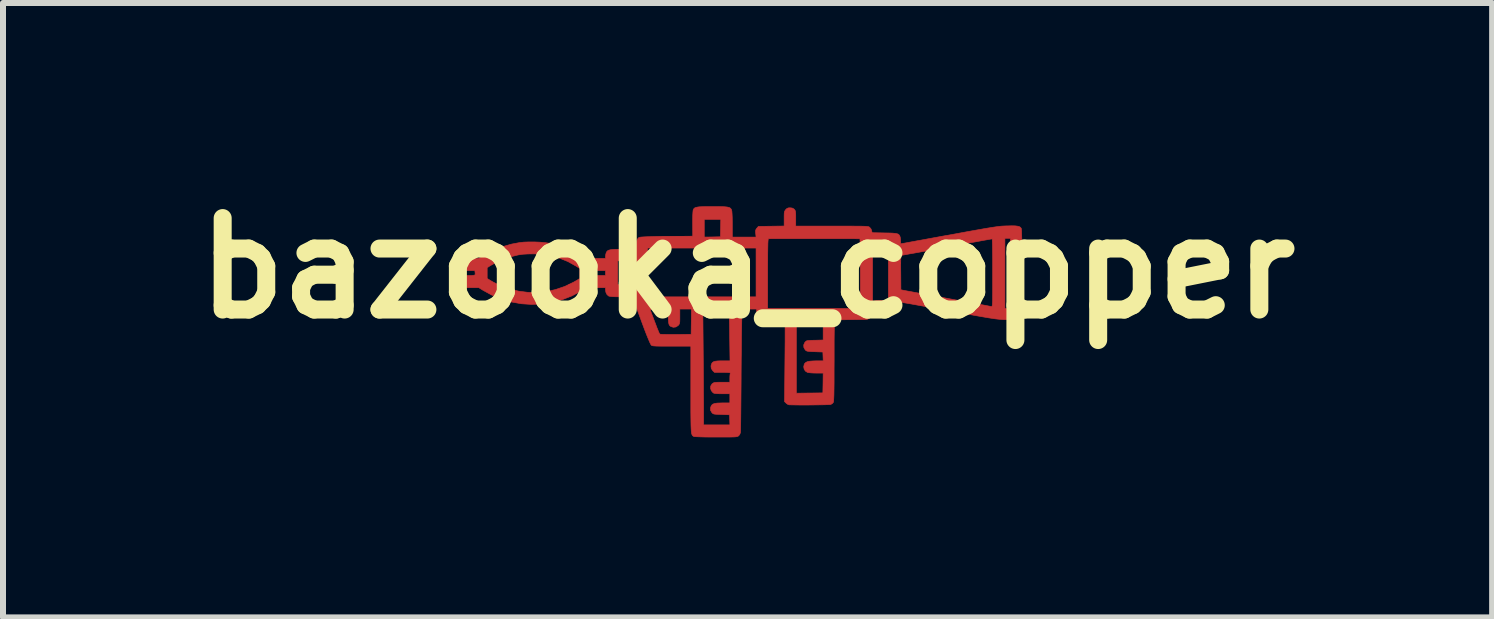
<source format=kicad_pcb>
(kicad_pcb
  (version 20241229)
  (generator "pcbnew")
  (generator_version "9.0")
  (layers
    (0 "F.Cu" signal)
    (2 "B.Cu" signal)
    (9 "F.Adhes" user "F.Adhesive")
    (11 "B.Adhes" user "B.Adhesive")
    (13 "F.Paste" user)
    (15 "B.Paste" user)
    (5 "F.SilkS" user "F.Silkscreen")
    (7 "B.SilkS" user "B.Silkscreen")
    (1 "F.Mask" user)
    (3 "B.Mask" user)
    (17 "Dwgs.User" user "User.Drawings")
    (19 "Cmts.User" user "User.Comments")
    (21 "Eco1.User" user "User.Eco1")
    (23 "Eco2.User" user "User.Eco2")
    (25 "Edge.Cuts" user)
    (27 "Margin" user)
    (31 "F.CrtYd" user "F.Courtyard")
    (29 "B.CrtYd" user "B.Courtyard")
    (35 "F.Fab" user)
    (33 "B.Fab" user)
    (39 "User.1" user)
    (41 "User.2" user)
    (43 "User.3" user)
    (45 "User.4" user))
  (footprint "bazooka_copper"
    (layer "F.Cu")
    (at 9.405 1.418)
    (property "Reference" "bazooka_copper" (at 0 0 0) (layer "F.SilkS") (effects (font (size 1.524 1.524) (thickness 0.3))))
    (attr through_hole)
    (fp_poly (pts (xy -0.499 -1.026) (xy -0.431 -1.025) (xy -0.38 -1.023) (xy -0.341 -1.019) (xy -0.313 -1.013) (xy -0.294 -1.005) (xy -0.28 -0.994) (xy -0.271 -0.98) (xy -0.266 -0.971) (xy -0.261 -0.949) (xy -0.258 -0.908) (xy -0.255 -0.848) (xy -0.254 -0.768) (xy -0.254 -0.731) (xy -0.254 -0.518) (xy -0.056 -0.518) (xy 0.142 -0.518) (xy 0.136 -0.577) (xy 0.133 -0.612) (xy 0.136 -0.635) (xy 0.145 -0.653) (xy 0.155 -0.666) (xy 0.181 -0.696) (xy 0.395 -0.699) (xy 0.61 -0.702) (xy 0.61 -0.823) (xy 0.61 -0.874) (xy 0.611 -0.91) (xy 0.614 -0.934) (xy 0.62 -0.951) (xy 0.628 -0.965) (xy 0.636 -0.975) (xy 0.657 -0.995) (xy 0.68 -1.004) (xy 0.707 -1.006) (xy 0.743 -1.002) (xy 0.769 -0.989) (xy 0.778 -0.981) (xy 0.788 -0.969) (xy 0.795 -0.957) (xy 0.799 -0.94) (xy 0.802 -0.913) (xy 0.803 -0.874) (xy 0.803 -0.829) (xy 0.803 -0.701) (xy 1.406 -0.701) (xy 1.532 -0.701) (xy 1.639 -0.701) (xy 1.729 -0.701) (xy 1.803 -0.7) (xy 1.863 -0.7) (xy 1.911 -0.699) (xy 1.949 -0.698) (xy 1.977 -0.696) (xy 1.997 -0.694) (xy 2.012 -0.692) (xy 2.022 -0.689) (xy 2.029 -0.685) (xy 2.035 -0.681) (xy 2.035 -0.68) (xy 2.057 -0.654) (xy 2.068 -0.625) (xy 2.075 -0.591) (xy 2.279 -0.587) (xy 2.355 -0.586) (xy 2.413 -0.584) (xy 2.456 -0.58) (xy 2.487 -0.575) (xy 2.509 -0.568) (xy 2.523 -0.557) (xy 2.533 -0.543) (xy 2.539 -0.531) (xy 2.546 -0.506) (xy 2.55 -0.472) (xy 2.55 -0.457) (xy 2.551 -0.428) (xy 2.552 -0.41) (xy 2.554 -0.406) (xy 2.564 -0.408) (xy 2.592 -0.413) (xy 2.637 -0.421) (xy 2.696 -0.432) (xy 2.767 -0.445) (xy 2.848 -0.46) (xy 2.939 -0.476) (xy 3.035 -0.494) (xy 3.054 -0.497) (xy 3.058 -0.498) (xy 4.288 -0.498) (xy 4.288 0.671) (xy 4.366 0.671) (xy 4.372 0.608) (xy 4.374 0.586) (xy 4.375 0.545) (xy 4.376 0.489) (xy 4.377 0.419) (xy 4.378 0.337) (xy 4.378 0.247) (xy 4.379 0.149) (xy 4.379 0.046) (xy 4.379 0.024) (xy 4.379 -0.498) (xy 4.288 -0.498) (xy 3.058 -0.498) (xy 3.226 -0.529) (xy 3.38 -0.556) (xy 3.516 -0.581) (xy 3.635 -0.603) (xy 3.74 -0.622) (xy 3.831 -0.638) (xy 3.91 -0.652) (xy 3.978 -0.664) (xy 4.035 -0.673) (xy 4.084 -0.681) (xy 4.125 -0.687) (xy 4.161 -0.692) (xy 4.191 -0.696) (xy 4.218 -0.699) (xy 4.242 -0.701) (xy 4.265 -0.702) (xy 4.289 -0.703) (xy 4.313 -0.704) (xy 4.328 -0.704) (xy 4.401 -0.706) (xy 4.457 -0.705) (xy 4.498 -0.7) (xy 4.527 -0.693) (xy 4.546 -0.681) (xy 4.56 -0.664) (xy 4.561 -0.662) (xy 4.563 -0.649) (xy 4.566 -0.619) (xy 4.567 -0.571) (xy 4.569 -0.505) (xy 4.57 -0.422) (xy 4.571 -0.319) (xy 4.572 -0.198) (xy 4.572 -0.056) (xy 4.572 0.081) (xy 4.572 0.804) (xy 4.547 0.829) (xy 4.514 0.85) (xy 4.484 0.854) (xy 4.433 0.856) (xy 4.388 0.857) (xy 4.349 0.858) (xy 4.313 0.858) (xy 4.278 0.858) (xy 4.244 0.856) (xy 4.207 0.853) (xy 4.168 0.849) (xy 4.123 0.844) (xy 4.072 0.836) (xy 4.012 0.827) (xy 3.942 0.815) (xy 3.861 0.801) (xy 3.766 0.784) (xy 3.656 0.764) (xy 3.529 0.741) (xy 3.386 0.715) (xy 3.26 0.692) (xy 3.14 0.67) (xy 3.027 0.65) (xy 2.923 0.632) (xy 2.829 0.615) (xy 2.746 0.6) (xy 2.677 0.588) (xy 2.622 0.579) (xy 2.584 0.572) (xy 2.563 0.569) (xy 2.56 0.569) (xy 2.549 0.571) (xy 2.543 0.581) (xy 2.54 0.603) (xy 2.54 0.629) (xy 2.539 0.664) (xy 2.534 0.686) (xy 2.523 0.703) (xy 2.509 0.715) (xy 2.477 0.742) (xy 2.062 0.742) (xy 2.062 0.773) (xy 2.053 0.807) (xy 2.029 0.836) (xy 1.995 0.852) (xy 1.979 0.855) (xy 1.96 0.855) (xy 1.923 0.856) (xy 1.873 0.856) (xy 1.812 0.857) (xy 1.745 0.858) (xy 1.707 0.858) (xy 1.639 0.859) (xy 1.577 0.86) (xy 1.525 0.861) (xy 1.485 0.861) (xy 1.461 0.862) (xy 1.455 0.862) (xy 1.453 0.866) (xy 1.451 0.879) (xy 1.449 0.902) (xy 1.447 0.936) (xy 1.446 0.981) (xy 1.445 1.041) (xy 1.444 1.115) (xy 1.443 1.205) (xy 1.443 1.311) (xy 1.443 1.436) (xy 1.443 1.537) (xy 1.442 1.678) (xy 1.442 1.799) (xy 1.442 1.903) (xy 1.441 1.991) (xy 1.44 2.063) (xy 1.439 2.12) (xy 1.437 2.165) (xy 1.435 2.198) (xy 1.433 2.22) (xy 1.431 2.233) (xy 1.43 2.235) (xy 1.411 2.257) (xy 1.386 2.271) (xy 1.37 2.273) (xy 1.337 2.274) (xy 1.289 2.276) (xy 1.23 2.277) (xy 1.163 2.278) (xy 1.09 2.279) (xy 1.014 2.28) (xy 0.938 2.28) (xy 0.866 2.28) (xy 0.8 2.279) (xy 0.743 2.278) (xy 0.698 2.277) (xy 0.693 2.277) (xy 0.67 2.269) (xy 0.646 2.252) (xy 0.643 2.249) (xy 0.616 2.223) (xy 0.618 2.083) (xy 0.813 2.083) (xy 1.255 2.078) (xy 1.258 1.913) (xy 1.26 1.748) (xy 1.145 1.748) (xy 1.095 1.747) (xy 1.049 1.744) (xy 1.014 1.74) (xy 0.997 1.736) (xy 0.964 1.715) (xy 0.943 1.682) (xy 0.936 1.643) (xy 0.944 1.604) (xy 0.951 1.59) (xy 0.969 1.572) (xy 0.996 1.558) (xy 1.036 1.55) (xy 1.09 1.546) (xy 1.151 1.544) (xy 1.261 1.544) (xy 1.255 1.397) (xy 1.119 1.392) (xy 1.064 1.39) (xy 1.026 1.387) (xy 1 1.384) (xy 0.984 1.379) (xy 0.972 1.372) (xy 0.962 1.361) (xy 0.959 1.358) (xy 0.938 1.32) (xy 0.936 1.279) (xy 0.953 1.24) (xy 0.959 1.232) (xy 0.97 1.221) (xy 0.98 1.213) (xy 0.995 1.208) (xy 1.018 1.205) (xy 1.052 1.203) (xy 1.102 1.201) (xy 1.122 1.201) (xy 1.26 1.197) (xy 1.26 0.858) (xy 0.813 0.858) (xy 0.813 2.083) (xy 0.618 2.083) (xy 0.623 1.543) (xy 0.624 1.428) (xy 0.625 1.318) (xy 0.626 1.217) (xy 0.626 1.125) (xy 0.626 1.044) (xy 0.626 0.976) (xy 0.625 0.922) (xy 0.624 0.885) (xy 0.623 0.865) (xy 0.622 0.862) (xy 0.61 0.862) (xy 0.581 0.861) (xy 0.538 0.861) (xy 0.484 0.86) (xy 0.423 0.859) (xy 0.412 0.859) (xy 0.21 0.857) (xy 0.181 0.824) (xy 0.164 0.801) (xy 0.155 0.776) (xy 0.152 0.742) (xy 0.152 0.736) (xy 0.152 0.681) (xy -0.088 0.681) (xy -0.095 0.831) (xy -0.096 0.864) (xy -0.097 0.916) (xy -0.098 0.984) (xy -0.1 1.068) (xy -0.101 1.164) (xy -0.102 1.271) (xy -0.103 1.388) (xy -0.105 1.512) (xy -0.106 1.642) (xy -0.107 1.776) (xy -0.107 1.844) (xy -0.108 1.975) (xy -0.109 2.102) (xy -0.11 2.221) (xy -0.111 2.332) (xy -0.112 2.432) (xy -0.113 2.522) (xy -0.114 2.598) (xy -0.115 2.659) (xy -0.116 2.705) (xy -0.117 2.732) (xy -0.118 2.74) (xy -0.131 2.772) (xy -0.149 2.794) (xy -0.157 2.799) (xy -0.166 2.804) (xy -0.179 2.807) (xy -0.197 2.81) (xy -0.224 2.812) (xy -0.26 2.813) (xy -0.308 2.814) (xy -0.371 2.814) (xy -0.45 2.814) (xy -0.527 2.814) (xy -0.628 2.814) (xy -0.715 2.813) (xy -0.786 2.811) (xy -0.841 2.809) (xy -0.878 2.807) (xy -0.896 2.804) (xy -0.897 2.803) (xy -0.906 2.798) (xy -0.914 2.792) (xy -0.92 2.784) (xy -0.926 2.773) (xy -0.931 2.757) (xy -0.935 2.735) (xy -0.938 2.706) (xy -0.94 2.667) (xy -0.942 2.619) (xy -0.943 2.558) (xy -0.944 2.485) (xy -0.945 2.396) (xy -0.945 2.292) (xy -0.945 2.17) (xy -0.945 2.03) (xy -0.945 2.017) (xy -0.945 1.3) (xy -1.264 1.3) (xy -1.354 1.3) (xy -1.425 1.3) (xy -1.481 1.299) (xy -1.523 1.298) (xy -1.554 1.296) (xy -1.575 1.294) (xy -1.589 1.291) (xy -1.599 1.286) (xy -1.604 1.283) (xy -1.614 1.267) (xy -1.63 1.234) (xy -1.652 1.182) (xy -1.68 1.114) (xy -1.713 1.029) (xy -1.747 0.938) (xy -1.78 0.849) (xy -1.807 0.776) (xy -1.828 0.718) (xy -1.837 0.69) (xy -1.622 0.69) (xy -1.621 0.697) (xy -1.621 0.699) (xy -1.615 0.714) (xy -1.603 0.745) (xy -1.587 0.787) (xy -1.568 0.836) (xy -1.56 0.859) (xy -1.532 0.931) (xy -1.511 0.988) (xy -1.494 1.029) (xy -1.482 1.059) (xy -1.473 1.079) (xy -1.467 1.091) (xy -1.462 1.097) (xy -1.459 1.099) (xy -1.446 1.101) (xy -1.416 1.103) (xy -1.371 1.104) (xy -1.314 1.105) (xy -1.249 1.105) (xy -1.194 1.105) (xy -0.94 1.102) (xy -0.934 0.681) (xy -0.745 0.681) (xy -0.738 1.46) (xy -0.737 1.59) (xy -0.736 1.718) (xy -0.735 1.842) (xy -0.734 1.96) (xy -0.734 2.071) (xy -0.733 2.171) (xy -0.732 2.259) (xy -0.732 2.332) (xy -0.732 2.39) (xy -0.732 2.426) (xy -0.732 2.611) (xy -0.294 2.611) (xy -0.297 2.527) (xy -0.3 2.443) (xy -0.435 2.438) (xy -0.49 2.436) (xy -0.528 2.434) (xy -0.554 2.431) (xy -0.571 2.426) (xy -0.583 2.418) (xy -0.593 2.408) (xy -0.595 2.405) (xy -0.616 2.369) (xy -0.617 2.329) (xy -0.608 2.301) (xy -0.594 2.279) (xy -0.575 2.264) (xy -0.546 2.254) (xy -0.505 2.248) (xy -0.448 2.246) (xy -0.417 2.245) (xy -0.295 2.245) (xy -0.295 2.093) (xy -0.424 2.093) (xy -0.48 2.092) (xy -0.52 2.09) (xy -0.547 2.087) (xy -0.564 2.082) (xy -0.575 2.075) (xy -0.604 2.041) (xy -0.616 2.002) (xy -0.613 1.963) (xy -0.592 1.929) (xy -0.582 1.921) (xy -0.569 1.912) (xy -0.554 1.906) (xy -0.531 1.903) (xy -0.498 1.901) (xy -0.45 1.9) (xy -0.425 1.9) (xy -0.295 1.9) (xy -0.295 1.835) (xy -0.294 1.798) (xy -0.291 1.768) (xy -0.288 1.753) (xy -0.288 1.747) (xy -0.295 1.742) (xy -0.311 1.74) (xy -0.341 1.738) (xy -0.386 1.737) (xy -0.416 1.737) (xy -0.55 1.737) (xy -0.58 1.708) (xy -0.604 1.671) (xy -0.609 1.629) (xy -0.598 1.592) (xy -0.586 1.573) (xy -0.568 1.56) (xy -0.54 1.551) (xy -0.5 1.546) (xy -0.444 1.544) (xy -0.415 1.544) (xy -0.292 1.544) (xy -0.298 1.115) (xy -0.299 1.024) (xy -0.3 0.939) (xy -0.302 0.863) (xy -0.303 0.797) (xy -0.303 0.745) (xy -0.304 0.707) (xy -0.304 0.687) (xy -0.305 0.683) (xy -0.314 0.683) (xy -0.341 0.682) (xy -0.383 0.681) (xy -0.436 0.681) (xy -0.498 0.681) (xy -0.525 0.681) (xy -0.745 0.681) (xy -0.934 0.681) (xy -1.128 0.681) (xy -1.128 0.803) (xy -1.128 0.855) (xy -1.129 0.891) (xy -1.132 0.914) (xy -1.137 0.93) (xy -1.145 0.943) (xy -1.157 0.956) (xy -1.194 0.98) (xy -1.236 0.985) (xy -1.273 0.974) (xy -1.292 0.962) (xy -1.306 0.943) (xy -1.314 0.914) (xy -1.319 0.872) (xy -1.321 0.813) (xy -1.321 0.797) (xy -1.321 0.681) (xy -1.474 0.681) (xy -1.533 0.681) (xy -1.574 0.682) (xy -1.601 0.683) (xy -1.616 0.686) (xy -1.622 0.69) (xy -1.837 0.69) (xy -1.844 0.672) (xy -1.855 0.636) (xy -1.862 0.608) (xy -1.867 0.584) (xy -1.869 0.564) (xy -1.869 0.545) (xy -1.869 0.478) (xy -2.078 0.478) (xy -2.154 0.477) (xy -2.212 0.476) (xy -2.254 0.474) (xy -2.285 0.471) (xy -2.305 0.467) (xy -2.316 0.463) (xy -2.343 0.438) (xy -2.361 0.4) (xy -2.367 0.354) (xy -2.367 0.325) (xy -2.679 0.325) (xy -2.77 0.379) (xy -2.926 0.462) (xy -3.088 0.525) (xy -3.256 0.57) (xy -3.426 0.597) (xy -3.597 0.604) (xy -3.768 0.593) (xy -3.937 0.563) (xy -4.103 0.514) (xy -4.264 0.447) (xy -4.405 0.37) (xy -4.477 0.325) (xy -4.667 0.325) (xy -4.747 0.324) (xy -4.808 0.322) (xy -4.855 0.318) (xy -4.889 0.312) (xy -4.912 0.302) (xy -4.928 0.289) (xy -4.937 0.276) (xy -4.941 0.258) (xy -4.944 0.222) (xy -4.947 0.17) (xy -4.948 0.107) (xy -4.948 0.079) (xy -4.948 0.041) (xy -4.745 0.041) (xy -4.745 0.122) (xy -4.644 0.122) (xy -4.589 0.121) (xy -4.555 0.117) (xy -4.54 0.111) (xy -4.539 0.11) (xy -4.538 0.092) (xy -4.54 0.069) (xy -4.544 0.041) (xy -4.745 0.041) (xy -4.948 0.041) (xy -4.948 0.008) (xy -4.947 -0.007) (xy -4.338 -0.007) (xy -4.338 0.171) (xy -4.29 0.202) (xy -4.232 0.235) (xy -4.162 0.27) (xy -4.087 0.303) (xy -4.013 0.332) (xy -3.957 0.35) (xy -3.81 0.384) (xy -3.657 0.403) (xy -3.503 0.405) (xy -3.363 0.392) (xy -3.201 0.357) (xy -3.045 0.304) (xy -2.898 0.233) (xy -2.854 0.208) (xy -2.794 0.171) (xy -2.794 0.122) (xy -2.596 0.122) (xy -2.367 0.122) (xy -2.367 0.041) (xy -2.589 0.041) (xy -2.593 0.081) (xy -2.596 0.122) (xy -2.794 0.122) (xy -2.794 0.005) (xy -2.853 -0.032) (xy -2.991 -0.109) (xy -3.022 -0.122) (xy -2.164 -0.122) (xy -2.164 0.277) (xy -2.056 0.271) (xy -2.006 0.268) (xy -1.96 0.266) (xy -1.924 0.264) (xy -1.909 0.264) (xy -1.869 0.264) (xy -1.869 -0.122) (xy -2.164 -0.122) (xy -3.022 -0.122) (xy -3.141 -0.17) (xy -3.301 -0.214) (xy -3.305 -0.215) (xy -3.381 -0.227) (xy -3.469 -0.235) (xy -3.563 -0.238) (xy -3.657 -0.237) (xy -3.744 -0.232) (xy -3.818 -0.221) (xy -3.82 -0.221) (xy -3.917 -0.197) (xy -4.018 -0.165) (xy -4.117 -0.127) (xy -4.209 -0.085) (xy -4.287 -0.041) (xy -4.3 -0.033) (xy -4.338 -0.007) (xy -4.947 -0.007) (xy -4.946 -0.046) (xy -4.942 -0.085) (xy -4.935 -0.112) (xy -4.925 -0.129) (xy -4.909 -0.141) (xy -4.888 -0.149) (xy -4.879 -0.152) (xy -4.857 -0.155) (xy -4.818 -0.158) (xy -4.767 -0.161) (xy -4.709 -0.162) (xy -4.659 -0.163) (xy -4.477 -0.163) (xy -4.403 -0.209) (xy -4.257 -0.289) (xy -4.099 -0.353) (xy -3.932 -0.401) (xy -3.8 -0.426) (xy -3.729 -0.434) (xy -3.644 -0.437) (xy -3.552 -0.437) (xy -3.46 -0.433) (xy -3.374 -0.426) (xy -3.312 -0.417) (xy -3.181 -0.388) (xy -3.048 -0.347) (xy -2.921 -0.296) (xy -2.804 -0.237) (xy -2.748 -0.203) (xy -2.686 -0.163) (xy -2.367 -0.163) (xy -2.367 -0.192) (xy -2.364 -0.222) (xy -2.356 -0.254) (xy -2.347 -0.273) (xy -2.335 -0.287) (xy -2.317 -0.298) (xy -2.289 -0.306) (xy -2.251 -0.311) (xy -2.199 -0.314) (xy -2.131 -0.315) (xy -2.074 -0.315) (xy -1.871 -0.315) (xy -1.868 -0.335) (xy -1.666 -0.335) (xy -1.666 0.478) (xy 0.142 0.478) (xy 0.142 0.093) (xy 0.335 0.093) (xy 0.335 0.671) (xy 1.88 0.671) (xy 1.88 0.091) (xy 1.879 -0.015) (xy 1.879 -0.115) (xy 1.879 -0.207) (xy 1.878 -0.289) (xy 1.877 -0.36) (xy 1.876 -0.396) (xy 2.083 -0.396) (xy 2.083 0.551) (xy 2.121 0.545) (xy 2.148 0.542) (xy 2.189 0.54) (xy 2.236 0.539) (xy 2.253 0.539) (xy 2.347 0.538) (xy 2.347 -0.01) (xy 2.552 -0.01) (xy 2.553 0.074) (xy 2.555 0.36) (xy 2.652 0.379) (xy 2.68 0.384) (xy 2.725 0.392) (xy 2.787 0.404) (xy 2.862 0.417) (xy 2.948 0.433) (xy 3.043 0.451) (xy 3.146 0.47) (xy 3.253 0.489) (xy 3.332 0.504) (xy 3.441 0.524) (xy 3.545 0.543) (xy 3.643 0.561) (xy 3.733 0.578) (xy 3.812 0.592) (xy 3.879 0.605) (xy 3.931 0.614) (xy 3.967 0.621) (xy 3.983 0.624) (xy 4.02 0.631) (xy 4.05 0.637) (xy 4.067 0.639) (xy 4.07 0.638) (xy 4.074 0.635) (xy 4.076 0.626) (xy 4.079 0.612) (xy 4.08 0.59) (xy 4.082 0.559) (xy 4.083 0.517) (xy 4.083 0.463) (xy 4.084 0.395) (xy 4.084 0.312) (xy 4.084 0.211) (xy 4.084 0.092) (xy 4.084 0.076) (xy 4.084 -0.029) (xy 4.084 -0.127) (xy 4.083 -0.218) (xy 4.082 -0.298) (xy 4.081 -0.367) (xy 4.08 -0.422) (xy 4.078 -0.461) (xy 4.077 -0.483) (xy 4.076 -0.488) (xy 4.063 -0.486) (xy 4.032 -0.481) (xy 3.983 -0.472) (xy 3.919 -0.461) (xy 3.84 -0.446) (xy 3.749 -0.43) (xy 3.645 -0.411) (xy 3.532 -0.39) (xy 3.485 -0.381) (xy 3.338 -0.354) (xy 3.201 -0.329) (xy 3.074 -0.305) (xy 2.958 -0.284) (xy 2.855 -0.265) (xy 2.765 -0.249) (xy 2.69 -0.236) (xy 2.631 -0.225) (xy 2.59 -0.218) (xy 2.566 -0.214) (xy 2.561 -0.213) (xy 2.557 -0.206) (xy 2.555 -0.183) (xy 2.553 -0.143) (xy 2.552 -0.086) (xy 2.552 -0.01) (xy 2.347 -0.01) (xy 2.347 -0.396) (xy 2.083 -0.396) (xy 1.876 -0.396) (xy 1.876 -0.417) (xy 1.874 -0.458) (xy 1.873 -0.483) (xy 1.872 -0.489) (xy 1.859 -0.49) (xy 1.828 -0.49) (xy 1.781 -0.491) (xy 1.719 -0.491) (xy 1.645 -0.491) (xy 1.56 -0.492) (xy 1.467 -0.492) (xy 1.367 -0.492) (xy 1.263 -0.492) (xy 1.155 -0.492) (xy 1.047 -0.492) (xy 0.94 -0.492) (xy 0.836 -0.492) (xy 0.738 -0.492) (xy 0.646 -0.492) (xy 0.563 -0.492) (xy 0.49 -0.492) (xy 0.431 -0.491) (xy 0.386 -0.491) (xy 0.358 -0.49) (xy 0.348 -0.49) (xy 0.345 -0.485) (xy 0.343 -0.471) (xy 0.341 -0.447) (xy 0.339 -0.411) (xy 0.338 -0.363) (xy 0.337 -0.3) (xy 0.336 -0.223) (xy 0.336 -0.128) (xy 0.335 -0.016) (xy 0.335 0.093) (xy 0.142 0.093) (xy 0.142 -0.335) (xy -1.666 -0.335) (xy -1.868 -0.335) (xy -1.864 -0.363) (xy -1.854 -0.423) (xy -1.842 -0.465) (xy -1.827 -0.493) (xy -1.818 -0.504) (xy -1.812 -0.509) (xy -1.803 -0.512) (xy -1.791 -0.516) (xy -1.773 -0.518) (xy -1.746 -0.52) (xy -1.711 -0.522) (xy -1.664 -0.524) (xy -1.603 -0.525) (xy -1.527 -0.526) (xy -1.434 -0.527) (xy -1.355 -0.528) (xy -0.913 -0.533) (xy -0.914 -0.744) (xy -0.914 -0.813) (xy -0.721 -0.813) (xy -0.721 -0.518) (xy -0.587 -0.52) (xy -0.452 -0.523) (xy -0.449 -0.668) (xy -0.446 -0.813) (xy -0.721 -0.813) (xy -0.914 -0.813) (xy -0.914 -0.823) (xy -0.913 -0.887) (xy -0.91 -0.935) (xy -0.907 -0.965) (xy -0.904 -0.975) (xy -0.895 -0.99) (xy -0.883 -1.002) (xy -0.865 -1.011) (xy -0.84 -1.017) (xy -0.805 -1.022) (xy -0.758 -1.024) (xy -0.695 -1.026) (xy -0.616 -1.026) (xy -0.584 -1.026) (xy -0.499 -1.026)) (stroke (width 0.01) (type solid)) (fill yes) (layer "F.Cu")))
  (gr_rect
    (start -3 -3)
    (end 21.811 7.237)
    (stroke (width 0.1) (type default))
    (fill no)
    (layer "Edge.Cuts")))
</source>
